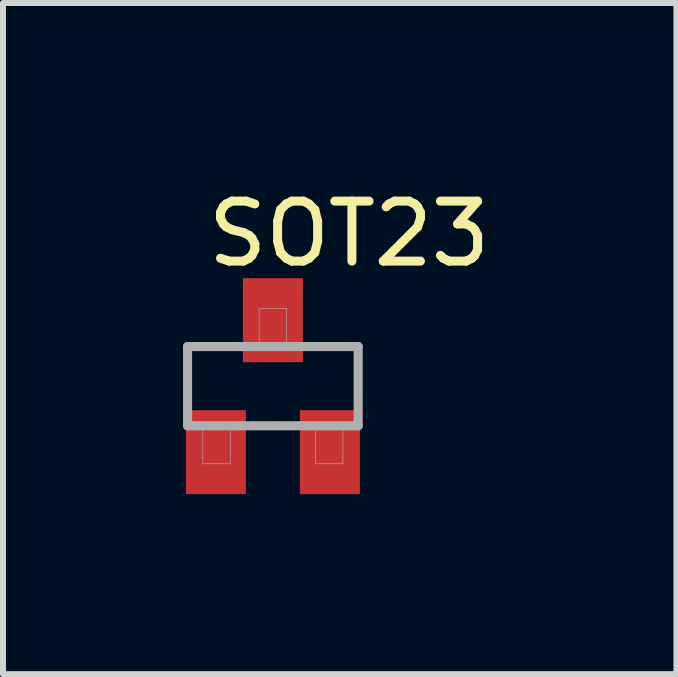
<source format=kicad_pcb>
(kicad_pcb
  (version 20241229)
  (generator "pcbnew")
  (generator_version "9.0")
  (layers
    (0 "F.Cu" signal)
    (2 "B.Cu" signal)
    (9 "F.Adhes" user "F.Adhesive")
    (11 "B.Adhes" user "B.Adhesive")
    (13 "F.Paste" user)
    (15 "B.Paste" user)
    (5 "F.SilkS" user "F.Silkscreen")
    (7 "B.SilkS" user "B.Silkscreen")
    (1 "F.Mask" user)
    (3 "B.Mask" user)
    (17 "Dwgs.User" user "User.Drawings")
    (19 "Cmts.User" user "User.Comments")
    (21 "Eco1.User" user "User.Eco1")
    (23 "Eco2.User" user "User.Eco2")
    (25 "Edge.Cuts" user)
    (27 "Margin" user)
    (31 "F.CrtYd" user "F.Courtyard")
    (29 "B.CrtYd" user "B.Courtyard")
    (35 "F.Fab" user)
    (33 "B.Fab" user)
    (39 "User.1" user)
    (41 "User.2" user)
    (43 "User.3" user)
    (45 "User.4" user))
  (footprint "SOT23"
    (layer "F.Cu")
    (at 1.499 3.388)
    (property "Reference" "SOT23" (at 1.27 -2.54 0) (layer "F.SilkS") (effects (font (size 1 1) (thickness 0.15))))
    (attr smd)
    (fp_line (start -1.422 -0.66) (end 1.422 -0.66) (stroke (width 0.152) (type solid)) (layer "F.Fab"))
    (fp_line (start -1.422 0.66) (end -1.422 -0.66) (stroke (width 0.152) (type solid)) (layer "F.Fab"))
    (fp_line (start 1.422 -0.66) (end 1.422 0.66) (stroke (width 0.152) (type solid)) (layer "F.Fab"))
    (fp_line (start 1.422 0.66) (end -1.422 0.66) (stroke (width 0.152) (type solid)) (layer "F.Fab"))
    (fp_poly (pts (xy -1.168 0.711) (xy -0.711 0.711) (xy -0.711 1.295) (xy -1.168 1.295)) (stroke (width 0.01) (type solid)) (fill no) (layer "F.Fab"))
    (fp_poly (pts (xy -0.229 -1.295) (xy 0.229 -1.295) (xy 0.229 -0.711) (xy -0.229 -0.711)) (stroke (width 0.01) (type solid)) (fill no) (layer "F.Fab"))
    (fp_poly (pts (xy 0.711 0.711) (xy 1.168 0.711) (xy 1.168 1.295) (xy 0.711 1.295)) (stroke (width 0.01) (type solid)) (fill no) (layer "F.Fab"))
    (pad "1" smd rect (at -0.95 1.1) (size 1 1.4) (layers "F.Cu" "F.Mask" "F.Paste"))
    (pad "2" smd rect (at 0.95 1.1) (size 1 1.4) (layers "F.Cu" "F.Mask" "F.Paste"))
    (pad "3" smd rect (at 0 -1.1) (size 1 1.4) (layers "F.Cu" "F.Mask" "F.Paste")))
  (gr_rect
    (start -3 -3)
    (end 8.227 8.188)
    (stroke (width 0.1) (type default))
    (fill no)
    (layer "Edge.Cuts")))
</source>
